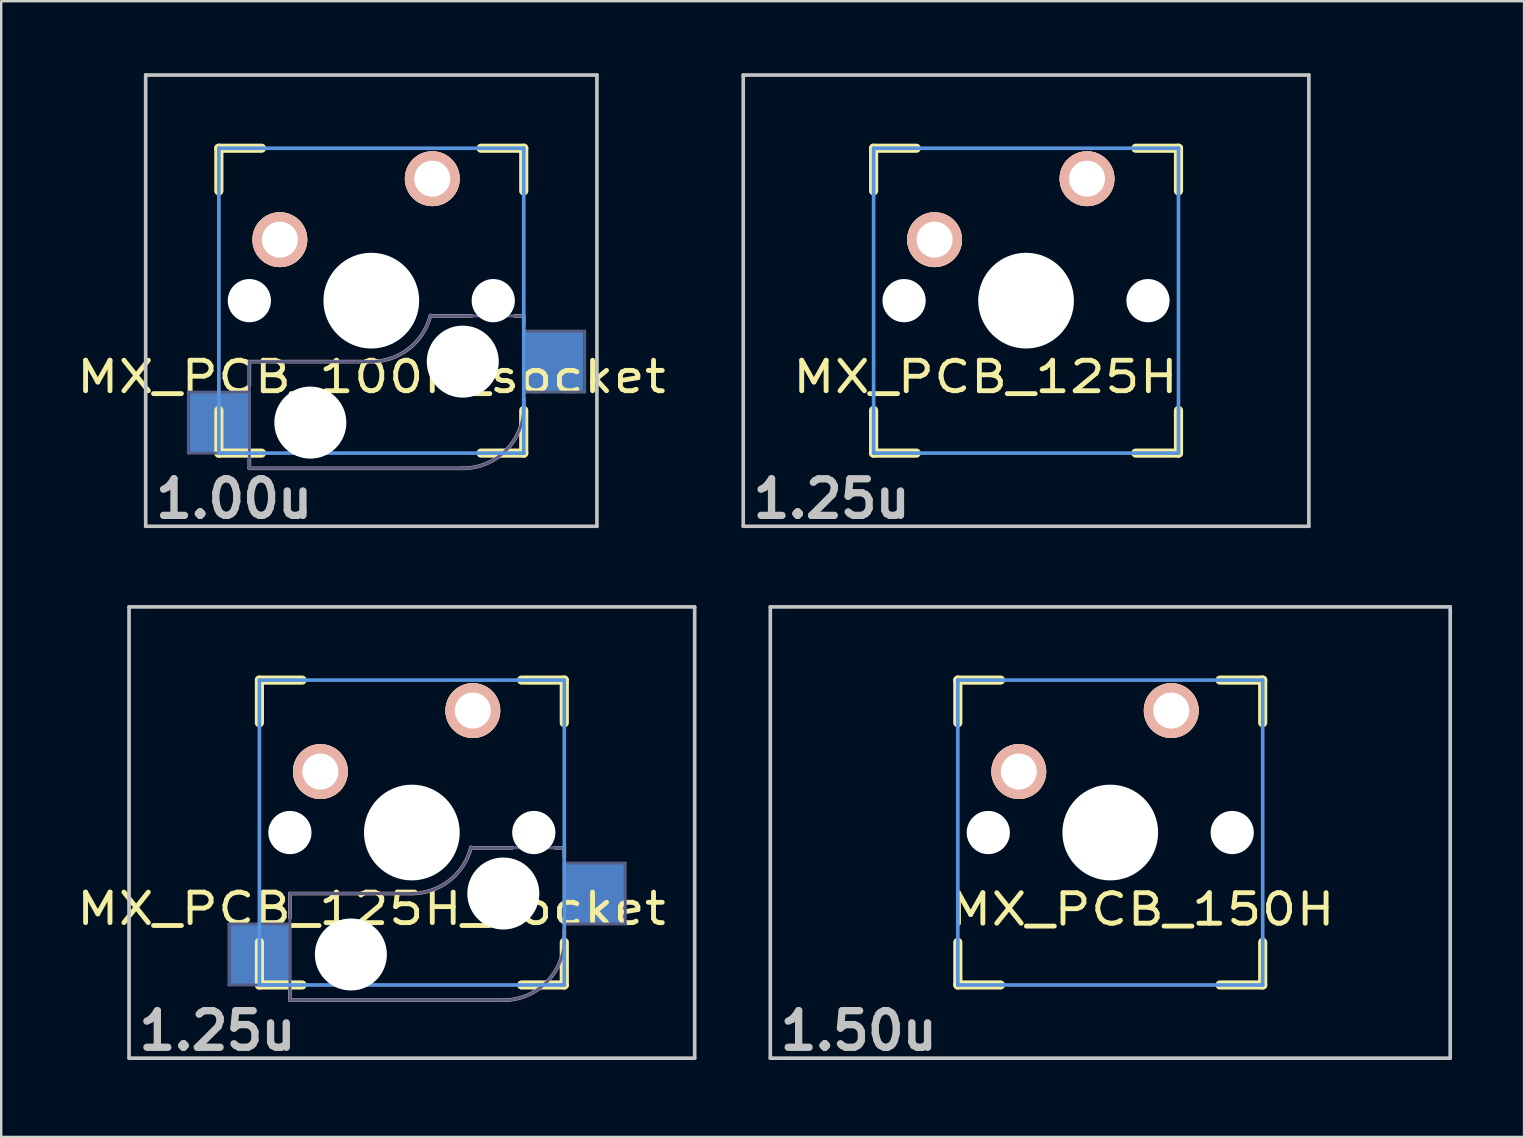
<source format=kicad_pcb>
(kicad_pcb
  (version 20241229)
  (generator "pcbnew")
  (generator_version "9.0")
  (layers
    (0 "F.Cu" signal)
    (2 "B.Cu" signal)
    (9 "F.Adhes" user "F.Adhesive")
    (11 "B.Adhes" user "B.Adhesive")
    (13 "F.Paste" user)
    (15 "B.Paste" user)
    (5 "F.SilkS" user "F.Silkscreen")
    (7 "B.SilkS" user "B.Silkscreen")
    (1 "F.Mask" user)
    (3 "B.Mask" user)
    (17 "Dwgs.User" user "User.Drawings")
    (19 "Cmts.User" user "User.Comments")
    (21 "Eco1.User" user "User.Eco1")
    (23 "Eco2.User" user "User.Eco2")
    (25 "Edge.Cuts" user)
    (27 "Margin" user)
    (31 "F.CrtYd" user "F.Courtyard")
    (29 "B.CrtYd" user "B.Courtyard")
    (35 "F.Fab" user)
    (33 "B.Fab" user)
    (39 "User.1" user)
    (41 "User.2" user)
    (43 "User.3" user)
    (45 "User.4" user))
  (footprint "MX_PCB_100H_socket"
    (layer "F.Cu")
    (at 12.417 9.474)
    (property "Reference" "MX_PCB_100H_socket" (at 0 3.175 0) (layer "F.SilkS") (effects (font (size 1.27 1.524) (thickness 0.203))))
    (attr through_hole)
    (fp_line (start -6.35 -6.35) (end -4.572 -6.35) (stroke (width 0.381) (type solid)) (layer "F.SilkS"))
    (fp_line (start -6.35 -4.572) (end -6.35 -6.35) (stroke (width 0.381) (type solid)) (layer "F.SilkS"))
    (fp_line (start -6.35 6.35) (end -6.35 4.572) (stroke (width 0.381) (type solid)) (layer "F.SilkS"))
    (fp_line (start -4.572 6.35) (end -6.35 6.35) (stroke (width 0.381) (type solid)) (layer "F.SilkS"))
    (fp_line (start 4.572 -6.35) (end 6.35 -6.35) (stroke (width 0.381) (type solid)) (layer "F.SilkS"))
    (fp_line (start 6.35 -6.35) (end 6.35 -4.572) (stroke (width 0.381) (type solid)) (layer "F.SilkS"))
    (fp_line (start 6.35 4.572) (end 6.35 6.35) (stroke (width 0.381) (type solid)) (layer "F.SilkS"))
    (fp_line (start 6.35 6.35) (end 4.572 6.35) (stroke (width 0.381) (type solid)) (layer "F.SilkS"))
    (fp_line (start -5.08 2.54) (end -5.08 3.556) (stroke (width 0.15) (type solid)) (layer "B.SilkS"))
    (fp_line (start -5.08 6.604) (end -5.08 6.985) (stroke (width 0.15) (type solid)) (layer "B.SilkS"))
    (fp_line (start -5.08 6.985) (end 3.81 6.985) (stroke (width 0.15) (type solid)) (layer "B.SilkS"))
    (fp_line (start 0 2.54) (end -5.08 2.54) (stroke (width 0.15) (type solid)) (layer "B.SilkS"))
    (fp_line (start 4.191 0.635) (end 2.54 0.635) (stroke (width 0.15) (type solid)) (layer "B.SilkS"))
    (fp_line (start 6.35 0.635) (end 5.969 0.635) (stroke (width 0.15) (type solid)) (layer "B.SilkS"))
    (fp_line (start 6.35 1.016) (end 6.35 0.635) (stroke (width 0.15) (type solid)) (layer "B.SilkS"))
    (fp_line (start 6.35 4.445) (end 6.35 4.064) (stroke (width 0.15) (type solid)) (layer "B.SilkS"))
    (fp_arc (start 2.464162 0.61604) (mid 1.563147 2.002042) (end 0 2.54) (stroke (width 0.15) (type solid)) (layer "B.SilkS"))
    (fp_arc (start 6.35 4.445) (mid 5.606051 6.241051) (end 3.81 6.985) (stroke (width 0.15) (type solid)) (layer "B.SilkS"))
    (fp_line (start -9.398 -9.398) (end 9.398 -9.398) (stroke (width 0.152) (type solid)) (layer "Dwgs.User"))
    (fp_line (start -9.398 9.398) (end -9.398 -9.398) (stroke (width 0.152) (type solid)) (layer "Dwgs.User"))
    (fp_line (start 9.398 -9.398) (end 9.398 9.398) (stroke (width 0.152) (type solid)) (layer "Dwgs.User"))
    (fp_line (start 9.398 9.398) (end -9.398 9.398) (stroke (width 0.152) (type solid)) (layer "Dwgs.User"))
    (fp_line (start -6.35 -6.35) (end 6.35 -6.35) (stroke (width 0.152) (type solid)) (layer "Cmts.User"))
    (fp_line (start -6.35 6.35) (end -6.35 -6.35) (stroke (width 0.152) (type solid)) (layer "Cmts.User"))
    (fp_line (start 6.35 -6.35) (end 6.35 6.35) (stroke (width 0.152) (type solid)) (layer "Cmts.User"))
    (fp_line (start 6.35 6.35) (end -6.35 6.35) (stroke (width 0.152) (type solid)) (layer "Cmts.User"))
    (fp_line (start -6.985 -6.985) (end 6.985 -6.985) (stroke (width 0.152) (type solid)) (layer "Eco2.User"))
    (fp_line (start -6.985 6.985) (end -6.985 -6.985) (stroke (width 0.152) (type solid)) (layer "Eco2.User"))
    (fp_line (start 6.985 -6.985) (end 6.985 6.985) (stroke (width 0.152) (type solid)) (layer "Eco2.User"))
    (fp_line (start 6.985 6.985) (end -6.985 6.985) (stroke (width 0.152) (type solid)) (layer "Eco2.User"))
    (fp_line (start -7.62 3.81) (end -7.62 6.35) (stroke (width 0.12) (type solid)) (layer "B.Fab"))
    (fp_line (start -7.62 6.35) (end -5.08 6.35) (stroke (width 0.12) (type solid)) (layer "B.Fab"))
    (fp_line (start -5.08 2.54) (end -5.08 6.985) (stroke (width 0.12) (type solid)) (layer "B.Fab"))
    (fp_line (start -5.08 3.81) (end -7.62 3.81) (stroke (width 0.12) (type solid)) (layer "B.Fab"))
    (fp_line (start -5.08 6.985) (end 3.81 6.985) (stroke (width 0.12) (type solid)) (layer "B.Fab"))
    (fp_line (start 0 2.54) (end -5.08 2.54) (stroke (width 0.12) (type solid)) (layer "B.Fab"))
    (fp_line (start 6.35 0.635) (end 2.54 0.635) (stroke (width 0.12) (type solid)) (layer "B.Fab"))
    (fp_line (start 6.35 3.81) (end 8.89 3.81) (stroke (width 0.12) (type solid)) (layer "B.Fab"))
    (fp_line (start 6.35 4.445) (end 6.35 0.635) (stroke (width 0.12) (type solid)) (layer "B.Fab"))
    (fp_line (start 8.89 1.27) (end 6.35 1.27) (stroke (width 0.12) (type solid)) (layer "B.Fab"))
    (fp_line (start 8.89 3.81) (end 8.89 1.27) (stroke (width 0.12) (type solid)) (layer "B.Fab"))
    (fp_arc (start 2.464162 0.61604) (mid 1.563147 2.002042) (end 0 2.54) (stroke (width 0.12) (type solid)) (layer "B.Fab"))
    (fp_arc (start 6.35 4.445) (mid 5.606051 6.241051) (end 3.81 6.985) (stroke (width 0.12) (type solid)) (layer "B.Fab"))
    (fp_text user "1.00u" (at -5.715 8.255 0) (layer "Dwgs.User") (effects (font (size 1.524 1.524) (thickness 0.305))))
    (pad "" np_thru_hole circle (at -5.08 0) (size 1.8 1.8) (drill 1.8) (layers "*.Cu"))
    (pad "" np_thru_hole circle (at -2.54 5.08) (size 3 3) (drill 3) (layers "*.Cu" "*.Mask"))
    (pad "" np_thru_hole circle (at 0 0) (size 3.988 3.988) (drill 3.988) (layers "*.Cu"))
    (pad "" np_thru_hole circle (at 3.81 2.54) (size 3 3) (drill 3) (layers "*.Cu" "*.Mask"))
    (pad "" np_thru_hole circle (at 5.08 0) (size 1.8 1.8) (drill 1.8) (layers "*.Cu"))
    (pad "1" smd rect (at -6.29 5.08) (size 2.55 2.5) (layers "B.Cu" "B.Mask" "B.Paste"))
    (pad "1" thru_hole circle (at 2.54 -5.08) (size 2.286 2.286) (drill 1.499) (layers "*.Cu" "*.SilkS" "*.Mask"))
    (pad "2" thru_hole circle (at -3.81 -2.54) (size 2.286 2.286) (drill 1.499) (layers "*.Cu" "*.SilkS" "*.Mask"))
    (pad "2" smd rect (at 7.56 2.54) (size 2.55 2.5) (layers "B.Cu" "B.Mask" "B.Paste")))
  (footprint "MX_PCB_125H_socket"
    (layer "F.Cu")
    (at 14.106 31.63)
    (property "Reference" "MX_PCB_125H_socket" (at -1.689 3.175 0) (layer "F.SilkS") (effects (font (size 1.27 1.524) (thickness 0.203))))
    (attr through_hole)
    (fp_line (start -6.35 -6.35) (end -4.572 -6.35) (stroke (width 0.381) (type solid)) (layer "F.SilkS"))
    (fp_line (start -6.35 -4.572) (end -6.35 -6.35) (stroke (width 0.381) (type solid)) (layer "F.SilkS"))
    (fp_line (start -6.35 6.35) (end -6.35 4.572) (stroke (width 0.381) (type solid)) (layer "F.SilkS"))
    (fp_line (start -4.572 6.35) (end -6.35 6.35) (stroke (width 0.381) (type solid)) (layer "F.SilkS"))
    (fp_line (start 4.572 -6.35) (end 6.35 -6.35) (stroke (width 0.381) (type solid)) (layer "F.SilkS"))
    (fp_line (start 6.35 -6.35) (end 6.35 -4.572) (stroke (width 0.381) (type solid)) (layer "F.SilkS"))
    (fp_line (start 6.35 4.572) (end 6.35 6.35) (stroke (width 0.381) (type solid)) (layer "F.SilkS"))
    (fp_line (start 6.35 6.35) (end 4.572 6.35) (stroke (width 0.381) (type solid)) (layer "F.SilkS"))
    (fp_line (start -5.08 2.54) (end -5.08 3.556) (stroke (width 0.15) (type solid)) (layer "B.SilkS"))
    (fp_line (start -5.08 6.604) (end -5.08 6.985) (stroke (width 0.15) (type solid)) (layer "B.SilkS"))
    (fp_line (start -5.08 6.985) (end 3.81 6.985) (stroke (width 0.15) (type solid)) (layer "B.SilkS"))
    (fp_line (start 0 2.54) (end -5.08 2.54) (stroke (width 0.15) (type solid)) (layer "B.SilkS"))
    (fp_line (start 4.191 0.635) (end 2.54 0.635) (stroke (width 0.15) (type solid)) (layer "B.SilkS"))
    (fp_line (start 6.35 0.635) (end 5.969 0.635) (stroke (width 0.15) (type solid)) (layer "B.SilkS"))
    (fp_line (start 6.35 1.016) (end 6.35 0.635) (stroke (width 0.15) (type solid)) (layer "B.SilkS"))
    (fp_line (start 6.35 4.445) (end 6.35 4.064) (stroke (width 0.15) (type solid)) (layer "B.SilkS"))
    (fp_arc (start 2.464162 0.61604) (mid 1.563147 2.002042) (end 0 2.54) (stroke (width 0.15) (type solid)) (layer "B.SilkS"))
    (fp_arc (start 6.35 4.445) (mid 5.606051 6.241051) (end 3.81 6.985) (stroke (width 0.15) (type solid)) (layer "B.SilkS"))
    (fp_line (start -11.781 -9.398) (end 11.781 -9.398) (stroke (width 0.152) (type solid)) (layer "Dwgs.User"))
    (fp_line (start -11.781 9.398) (end -11.781 -9.398) (stroke (width 0.152) (type solid)) (layer "Dwgs.User"))
    (fp_line (start 11.781 -9.398) (end 11.781 9.398) (stroke (width 0.152) (type solid)) (layer "Dwgs.User"))
    (fp_line (start 11.781 9.398) (end -11.781 9.398) (stroke (width 0.152) (type solid)) (layer "Dwgs.User"))
    (fp_line (start -6.35 -6.35) (end 6.35 -6.35) (stroke (width 0.152) (type solid)) (layer "Cmts.User"))
    (fp_line (start -6.35 6.35) (end -6.35 -6.35) (stroke (width 0.152) (type solid)) (layer "Cmts.User"))
    (fp_line (start 6.35 -6.35) (end 6.35 6.35) (stroke (width 0.152) (type solid)) (layer "Cmts.User"))
    (fp_line (start 6.35 6.35) (end -6.35 6.35) (stroke (width 0.152) (type solid)) (layer "Cmts.User"))
    (fp_line (start -6.985 -6.985) (end 6.985 -6.985) (stroke (width 0.152) (type solid)) (layer "Eco2.User"))
    (fp_line (start -6.985 6.985) (end -6.985 -6.985) (stroke (width 0.152) (type solid)) (layer "Eco2.User"))
    (fp_line (start 6.985 -6.985) (end 6.985 6.985) (stroke (width 0.152) (type solid)) (layer "Eco2.User"))
    (fp_line (start 6.985 6.985) (end -6.985 6.985) (stroke (width 0.152) (type solid)) (layer "Eco2.User"))
    (fp_line (start -7.62 3.81) (end -7.62 6.35) (stroke (width 0.12) (type solid)) (layer "B.Fab"))
    (fp_line (start -7.62 6.35) (end -5.08 6.35) (stroke (width 0.12) (type solid)) (layer "B.Fab"))
    (fp_line (start -5.08 2.54) (end -5.08 6.985) (stroke (width 0.12) (type solid)) (layer "B.Fab"))
    (fp_line (start -5.08 3.81) (end -7.62 3.81) (stroke (width 0.12) (type solid)) (layer "B.Fab"))
    (fp_line (start -5.08 6.985) (end 3.81 6.985) (stroke (width 0.12) (type solid)) (layer "B.Fab"))
    (fp_line (start 0 2.54) (end -5.08 2.54) (stroke (width 0.12) (type solid)) (layer "B.Fab"))
    (fp_line (start 6.35 0.635) (end 2.54 0.635) (stroke (width 0.12) (type solid)) (layer "B.Fab"))
    (fp_line (start 6.35 3.81) (end 8.89 3.81) (stroke (width 0.12) (type solid)) (layer "B.Fab"))
    (fp_line (start 6.35 4.445) (end 6.35 0.635) (stroke (width 0.12) (type solid)) (layer "B.Fab"))
    (fp_line (start 8.89 1.27) (end 6.35 1.27) (stroke (width 0.12) (type solid)) (layer "B.Fab"))
    (fp_line (start 8.89 3.81) (end 8.89 1.27) (stroke (width 0.12) (type solid)) (layer "B.Fab"))
    (fp_arc (start 2.464162 0.61604) (mid 1.563147 2.002042) (end 0 2.54) (stroke (width 0.12) (type solid)) (layer "B.Fab"))
    (fp_arc (start 6.35 4.445) (mid 5.606051 6.241051) (end 3.81 6.985) (stroke (width 0.12) (type solid)) (layer "B.Fab"))
    (fp_text user "1.25u" (at -8.098 8.255 0) (layer "Dwgs.User") (effects (font (size 1.524 1.524) (thickness 0.305))))
    (pad "" np_thru_hole circle (at -5.08 0) (size 1.8 1.8) (drill 1.8) (layers "*.Cu"))
    (pad "" np_thru_hole circle (at -2.54 5.08) (size 3 3) (drill 3) (layers "*.Cu" "*.Mask"))
    (pad "" np_thru_hole circle (at 0 0) (size 3.988 3.988) (drill 3.988) (layers "*.Cu"))
    (pad "" np_thru_hole circle (at 3.81 2.54) (size 3 3) (drill 3) (layers "*.Cu" "*.Mask"))
    (pad "" np_thru_hole circle (at 5.08 0) (size 1.8 1.8) (drill 1.8) (layers "*.Cu"))
    (pad "1" smd rect (at -6.29 5.08) (size 2.55 2.5) (layers "B.Cu" "B.Mask" "B.Paste"))
    (pad "1" thru_hole circle (at 2.54 -5.08) (size 2.286 2.286) (drill 1.499) (layers "*.Cu" "*.SilkS" "*.Mask"))
    (pad "2" thru_hole circle (at -3.81 -2.54) (size 2.286 2.286) (drill 1.499) (layers "*.Cu" "*.SilkS" "*.Mask"))
    (pad "2" smd rect (at 7.56 2.54) (size 2.55 2.5) (layers "B.Cu" "B.Mask" "B.Paste")))
  (footprint "MX_PCB_150H"
    (layer "F.Cu")
    (at 43.199 31.63)
    (property "Reference" "MX_PCB_150H" (at 1.333 3.2 0) (layer "F.SilkS") (effects (font (size 1.27 1.524) (thickness 0.203))))
    (attr through_hole)
    (fp_line (start -6.35 -6.35) (end -4.572 -6.35) (stroke (width 0.381) (type solid)) (layer "F.SilkS"))
    (fp_line (start -6.35 -4.572) (end -6.35 -6.35) (stroke (width 0.381) (type solid)) (layer "F.SilkS"))
    (fp_line (start -6.35 6.35) (end -6.35 4.572) (stroke (width 0.381) (type solid)) (layer "F.SilkS"))
    (fp_line (start -4.572 6.35) (end -6.35 6.35) (stroke (width 0.381) (type solid)) (layer "F.SilkS"))
    (fp_line (start 4.572 -6.35) (end 6.35 -6.35) (stroke (width 0.381) (type solid)) (layer "F.SilkS"))
    (fp_line (start 6.35 -6.35) (end 6.35 -4.572) (stroke (width 0.381) (type solid)) (layer "F.SilkS"))
    (fp_line (start 6.35 4.572) (end 6.35 6.35) (stroke (width 0.381) (type solid)) (layer "F.SilkS"))
    (fp_line (start 6.35 6.35) (end 4.572 6.35) (stroke (width 0.381) (type solid)) (layer "F.SilkS"))
    (fp_line (start -14.161 -9.398) (end 14.161 -9.398) (stroke (width 0.152) (type solid)) (layer "Dwgs.User"))
    (fp_line (start -14.161 9.398) (end -14.161 -9.398) (stroke (width 0.152) (type solid)) (layer "Dwgs.User"))
    (fp_line (start 14.161 -9.398) (end 14.161 9.398) (stroke (width 0.152) (type solid)) (layer "Dwgs.User"))
    (fp_line (start 14.161 9.398) (end -14.161 9.398) (stroke (width 0.152) (type solid)) (layer "Dwgs.User"))
    (fp_line (start -6.35 -6.35) (end 6.35 -6.35) (stroke (width 0.152) (type solid)) (layer "Cmts.User"))
    (fp_line (start -6.35 6.35) (end -6.35 -6.35) (stroke (width 0.152) (type solid)) (layer "Cmts.User"))
    (fp_line (start 6.35 -6.35) (end 6.35 6.35) (stroke (width 0.152) (type solid)) (layer "Cmts.User"))
    (fp_line (start 6.35 6.35) (end -6.35 6.35) (stroke (width 0.152) (type solid)) (layer "Cmts.User"))
    (fp_line (start -6.985 -6.985) (end 6.985 -6.985) (stroke (width 0.152) (type solid)) (layer "Eco2.User"))
    (fp_line (start -6.985 6.985) (end -6.985 -6.985) (stroke (width 0.152) (type solid)) (layer "Eco2.User"))
    (fp_line (start 6.985 -6.985) (end 6.985 6.985) (stroke (width 0.152) (type solid)) (layer "Eco2.User"))
    (fp_line (start 6.985 6.985) (end -6.985 6.985) (stroke (width 0.152) (type solid)) (layer "Eco2.User"))
    (fp_text user "1.50u" (at -10.477 8.255 0) (layer "Dwgs.User") (effects (font (size 1.524 1.524) (thickness 0.305))))
    (pad "" np_thru_hole circle (at -5.08 0) (size 1.8 1.8) (drill 1.8) (layers "*.Cu"))
    (pad "" np_thru_hole circle (at 0 0) (size 3.988 3.988) (drill 3.988) (layers "*.Cu"))
    (pad "" np_thru_hole circle (at 5.08 0) (size 1.8 1.8) (drill 1.8) (layers "*.Cu"))
    (pad "1" thru_hole circle (at 2.54 -5.08) (size 2.286 2.286) (drill 1.499) (layers "*.Cu" "*.SilkS" "*.Mask"))
    (pad "2" thru_hole circle (at -3.81 -2.54) (size 2.286 2.286) (drill 1.499) (layers "*.Cu" "*.SilkS" "*.Mask")))
  (footprint "MX_PCB_125H"
    (layer "F.Cu")
    (at 39.691 9.474)
    (property "Reference" "MX_PCB_125H" (at -1.689 3.175 0) (layer "F.SilkS") (effects (font (size 1.27 1.524) (thickness 0.203))))
    (attr through_hole)
    (fp_line (start -6.35 -6.35) (end -4.572 -6.35) (stroke (width 0.381) (type solid)) (layer "F.SilkS"))
    (fp_line (start -6.35 -4.572) (end -6.35 -6.35) (stroke (width 0.381) (type solid)) (layer "F.SilkS"))
    (fp_line (start -6.35 6.35) (end -6.35 4.572) (stroke (width 0.381) (type solid)) (layer "F.SilkS"))
    (fp_line (start -4.572 6.35) (end -6.35 6.35) (stroke (width 0.381) (type solid)) (layer "F.SilkS"))
    (fp_line (start 4.572 -6.35) (end 6.35 -6.35) (stroke (width 0.381) (type solid)) (layer "F.SilkS"))
    (fp_line (start 6.35 -6.35) (end 6.35 -4.572) (stroke (width 0.381) (type solid)) (layer "F.SilkS"))
    (fp_line (start 6.35 4.572) (end 6.35 6.35) (stroke (width 0.381) (type solid)) (layer "F.SilkS"))
    (fp_line (start 6.35 6.35) (end 4.572 6.35) (stroke (width 0.381) (type solid)) (layer "F.SilkS"))
    (fp_line (start -11.781 -9.398) (end 11.781 -9.398) (stroke (width 0.152) (type solid)) (layer "Dwgs.User"))
    (fp_line (start -11.781 9.398) (end -11.781 -9.398) (stroke (width 0.152) (type solid)) (layer "Dwgs.User"))
    (fp_line (start 11.781 -9.398) (end 11.781 9.398) (stroke (width 0.152) (type solid)) (layer "Dwgs.User"))
    (fp_line (start 11.781 9.398) (end -11.781 9.398) (stroke (width 0.152) (type solid)) (layer "Dwgs.User"))
    (fp_line (start -6.35 -6.35) (end 6.35 -6.35) (stroke (width 0.152) (type solid)) (layer "Cmts.User"))
    (fp_line (start -6.35 6.35) (end -6.35 -6.35) (stroke (width 0.152) (type solid)) (layer "Cmts.User"))
    (fp_line (start 6.35 -6.35) (end 6.35 6.35) (stroke (width 0.152) (type solid)) (layer "Cmts.User"))
    (fp_line (start 6.35 6.35) (end -6.35 6.35) (stroke (width 0.152) (type solid)) (layer "Cmts.User"))
    (fp_line (start -6.985 -6.985) (end 6.985 -6.985) (stroke (width 0.152) (type solid)) (layer "Eco2.User"))
    (fp_line (start -6.985 6.985) (end -6.985 -6.985) (stroke (width 0.152) (type solid)) (layer "Eco2.User"))
    (fp_line (start 6.985 -6.985) (end 6.985 6.985) (stroke (width 0.152) (type solid)) (layer "Eco2.User"))
    (fp_line (start 6.985 6.985) (end -6.985 6.985) (stroke (width 0.152) (type solid)) (layer "Eco2.User"))
    (fp_text user "1.25u" (at -8.098 8.255 0) (layer "Dwgs.User") (effects (font (size 1.524 1.524) (thickness 0.305))))
    (pad "" np_thru_hole circle (at -5.08 0) (size 1.8 1.8) (drill 1.8) (layers "*.Cu"))
    (pad "" np_thru_hole circle (at 0 0) (size 3.988 3.988) (drill 3.988) (layers "*.Cu"))
    (pad "" np_thru_hole circle (at 5.08 0) (size 1.8 1.8) (drill 1.8) (layers "*.Cu"))
    (pad "1" thru_hole circle (at 2.54 -5.08) (size 2.286 2.286) (drill 1.499) (layers "*.Cu" "*.SilkS" "*.Mask"))
    (pad "2" thru_hole circle (at -3.81 -2.54) (size 2.286 2.286) (drill 1.499) (layers "*.Cu" "*.SilkS" "*.Mask")))
  (gr_rect
    (start -3 -3)
    (end 60.436 44.311)
    (stroke (width 0.1) (type default))
    (fill no)
    (layer "Edge.Cuts")))
</source>
